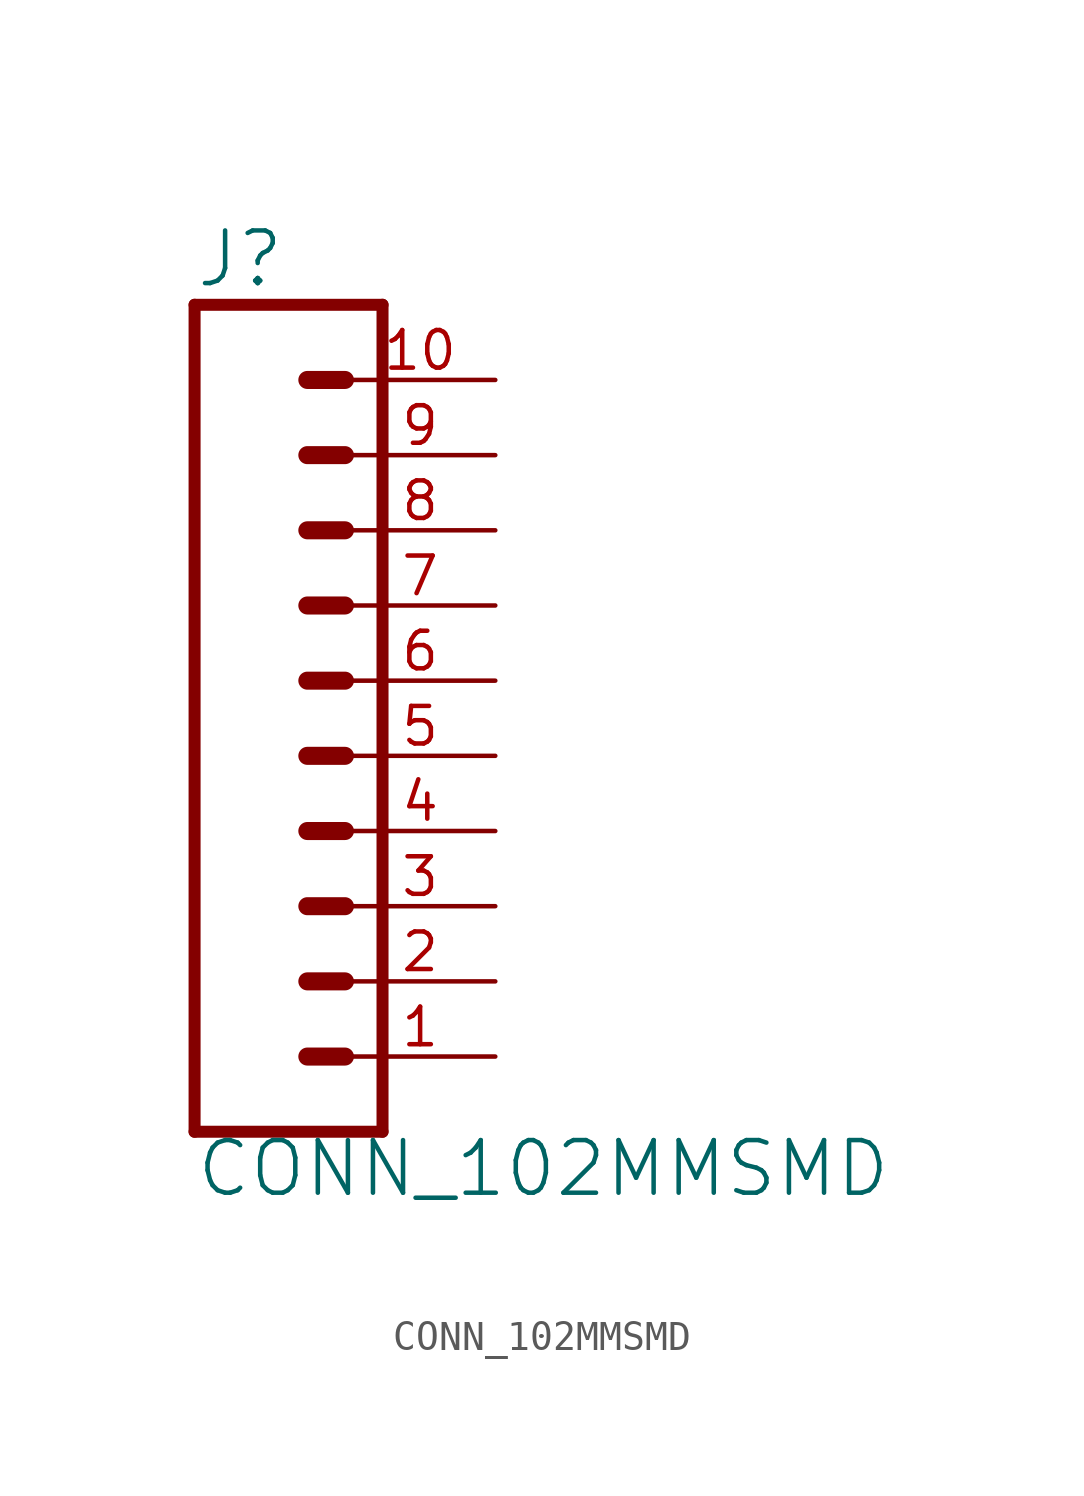
<source format=kicad_sym>
(kicad_symbol_lib
  (version 20211014)
  (generator kicad_symbol_editor)
  (symbol "CONN_102MMSMD"
    (property "Reference" "J"
      (at 0 8.128 0)
      (effects (font (size 1.778 1.778)) (justify left bottom)))
    (property "Value" "CONN_102MMSMD"
      (at 0 -22.606 0)
      (effects (font (size 1.778 1.778)) (justify left bottom)))
    (property "ki_locked" ""
      (at 0 0 0)
      (effects (font (size 1.27 1.27))))
    (symbol "CONN_102MMSMD_1_0"
      (polyline (pts (xy 0 7.62) (xy 0 -20.32)) (stroke (width 0.406) (type default) (color 0 0 0 0)) (fill (type none)))
      (polyline (pts (xy 0 7.62) (xy 6.35 7.62)) (stroke (width 0.406) (type default) (color 0 0 0 0)) (fill (type none)))
      (polyline (pts (xy 3.81 -17.78) (xy 5.08 -17.78)) (stroke (width 0.61) (type default) (color 0 0 0 0)) (fill (type none)))
      (polyline (pts (xy 3.81 -15.24) (xy 5.08 -15.24)) (stroke (width 0.61) (type default) (color 0 0 0 0)) (fill (type none)))
      (polyline (pts (xy 3.81 -12.7) (xy 5.08 -12.7)) (stroke (width 0.61) (type default) (color 0 0 0 0)) (fill (type none)))
      (polyline (pts (xy 3.81 -10.16) (xy 5.08 -10.16)) (stroke (width 0.61) (type default) (color 0 0 0 0)) (fill (type none)))
      (polyline (pts (xy 3.81 -7.62) (xy 5.08 -7.62)) (stroke (width 0.61) (type default) (color 0 0 0 0)) (fill (type none)))
      (polyline (pts (xy 3.81 -5.08) (xy 5.08 -5.08)) (stroke (width 0.61) (type default) (color 0 0 0 0)) (fill (type none)))
      (polyline (pts (xy 3.81 -2.54) (xy 5.08 -2.54)) (stroke (width 0.61) (type default) (color 0 0 0 0)) (fill (type none)))
      (polyline (pts (xy 3.81 0) (xy 5.08 0)) (stroke (width 0.61) (type default) (color 0 0 0 0)) (fill (type none)))
      (polyline (pts (xy 3.81 2.54) (xy 5.08 2.54)) (stroke (width 0.61) (type default) (color 0 0 0 0)) (fill (type none)))
      (polyline (pts (xy 3.81 5.08) (xy 5.08 5.08)) (stroke (width 0.61) (type default) (color 0 0 0 0)) (fill (type none)))
      (polyline (pts (xy 6.35 -20.32) (xy 0 -20.32)) (stroke (width 0.406) (type default) (color 0 0 0 0)) (fill (type none)))
      (polyline (pts (xy 6.35 -20.32) (xy 6.35 7.62)) (stroke (width 0.406) (type default) (color 0 0 0 0)) (fill (type none)))
      (pin passive line (at 10.16 -17.78 180) (length 5.08) (name "1" (effects (font (size 0 0)))) (number "1" (effects (font (size 1.27 1.27)))))
      (pin passive line (at 10.16 5.08 180) (length 5.08) (name "10" (effects (font (size 0 0)))) (number "10" (effects (font (size 1.27 1.27)))))
      (pin passive line (at 10.16 -15.24 180) (length 5.08) (name "2" (effects (font (size 0 0)))) (number "2" (effects (font (size 1.27 1.27)))))
      (pin passive line (at 10.16 -12.7 180) (length 5.08) (name "3" (effects (font (size 0 0)))) (number "3" (effects (font (size 1.27 1.27)))))
      (pin passive line (at 10.16 -10.16 180) (length 5.08) (name "4" (effects (font (size 0 0)))) (number "4" (effects (font (size 1.27 1.27)))))
      (pin passive line (at 10.16 -7.62 180) (length 5.08) (name "5" (effects (font (size 0 0)))) (number "5" (effects (font (size 1.27 1.27)))))
      (pin passive line (at 10.16 -5.08 180) (length 5.08) (name "6" (effects (font (size 0 0)))) (number "6" (effects (font (size 1.27 1.27)))))
      (pin passive line (at 10.16 -2.54 180) (length 5.08) (name "7" (effects (font (size 0 0)))) (number "7" (effects (font (size 1.27 1.27)))))
      (pin passive line (at 10.16 0 180) (length 5.08) (name "8" (effects (font (size 0 0)))) (number "8" (effects (font (size 1.27 1.27)))))
      (pin passive line (at 10.16 2.54 180) (length 5.08) (name "9" (effects (font (size 0 0)))) (number "9" (effects (font (size 1.27 1.27))))))))
</source>
